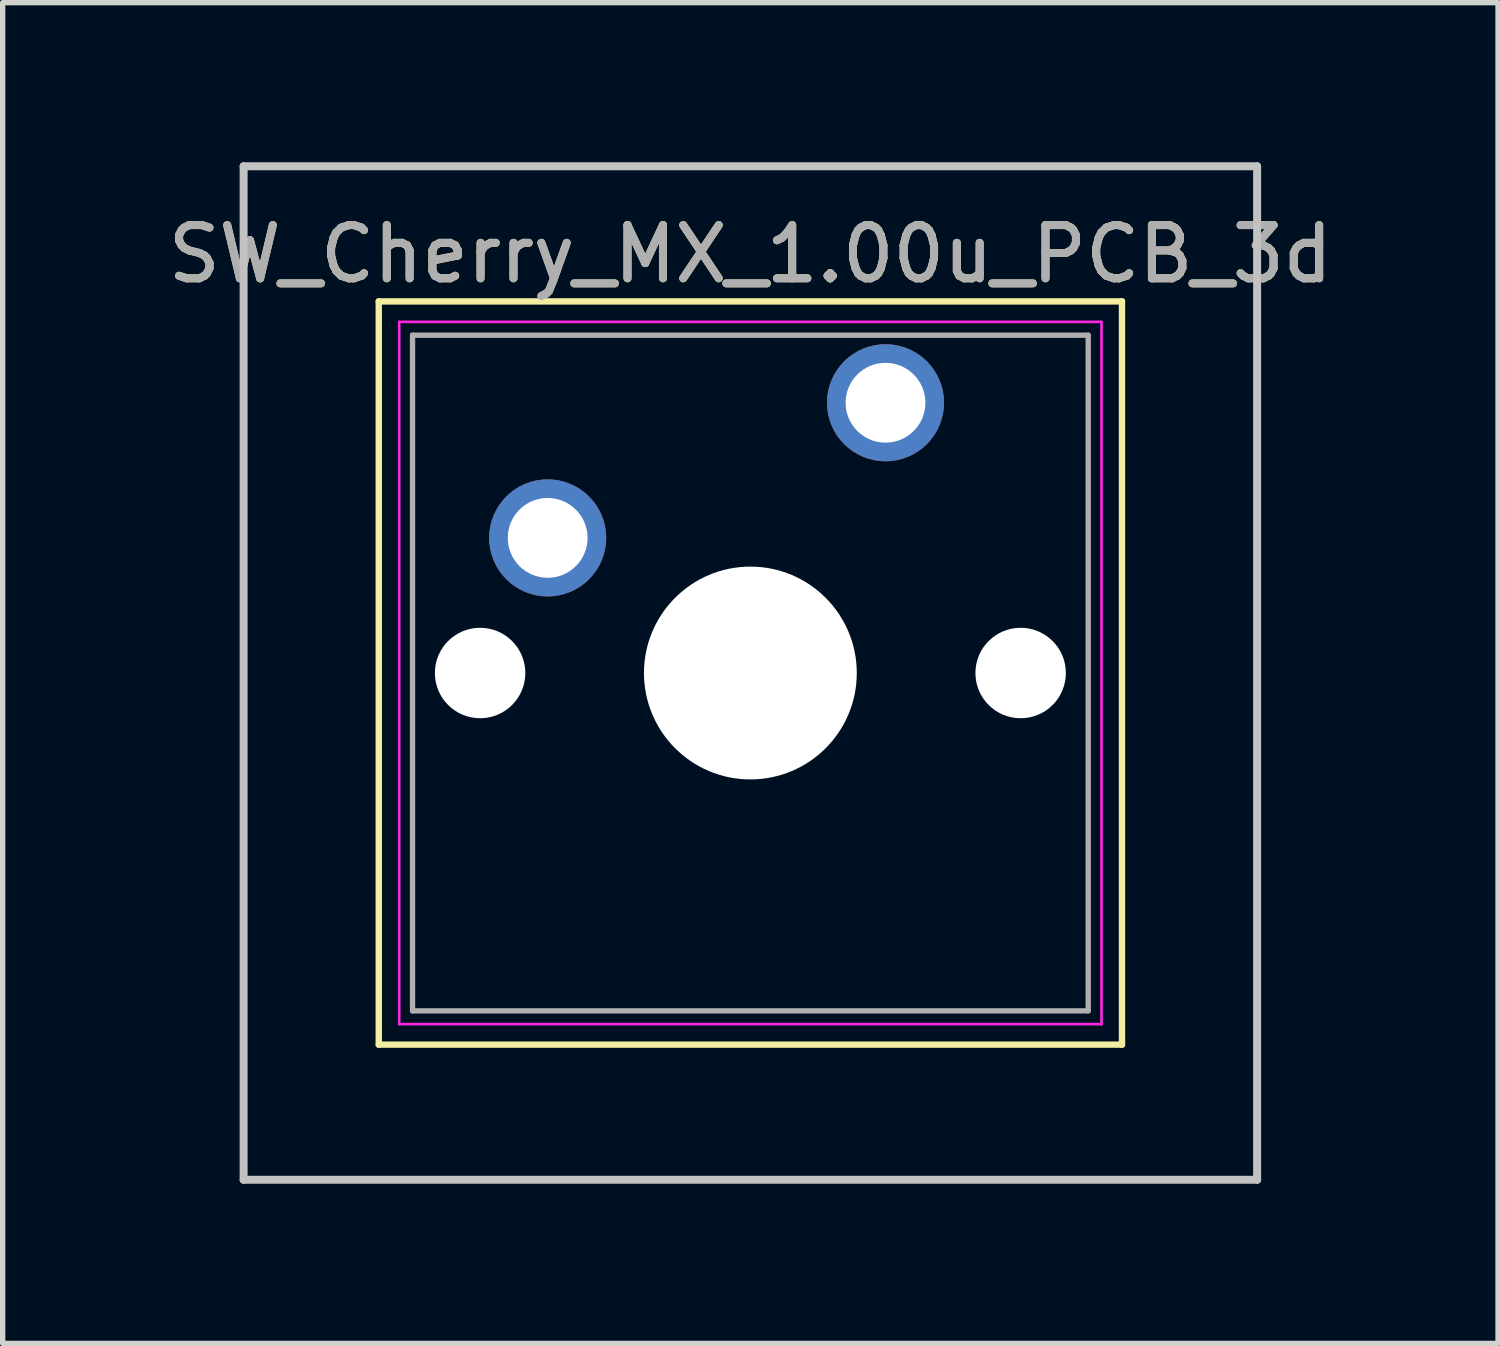
<source format=kicad_pcb>
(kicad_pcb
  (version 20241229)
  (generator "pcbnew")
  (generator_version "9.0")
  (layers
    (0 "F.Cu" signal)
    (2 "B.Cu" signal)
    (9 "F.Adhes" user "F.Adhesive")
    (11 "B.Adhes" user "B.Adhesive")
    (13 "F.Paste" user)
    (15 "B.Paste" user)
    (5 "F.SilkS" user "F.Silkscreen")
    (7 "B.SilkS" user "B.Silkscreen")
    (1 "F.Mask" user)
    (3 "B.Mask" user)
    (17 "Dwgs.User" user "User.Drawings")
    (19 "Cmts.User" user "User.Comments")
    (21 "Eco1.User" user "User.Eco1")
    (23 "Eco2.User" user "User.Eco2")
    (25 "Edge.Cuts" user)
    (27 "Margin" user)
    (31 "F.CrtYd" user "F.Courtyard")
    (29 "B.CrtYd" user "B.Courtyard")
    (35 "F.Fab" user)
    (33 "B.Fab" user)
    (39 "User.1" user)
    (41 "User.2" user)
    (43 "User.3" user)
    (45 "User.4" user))
  (footprint "SW_Cherry_MX_1.00u_PCB_3d"
    (layer "F.Cu")
    (at 13.594 4.52)
    (property "Reference" "SW_Cherry_MX_1.00u_PCB_3d" (at -2.54 -2.794 0) (layer "F.SilkS") (effects (font (size 1 1) (thickness 0.15))))
    (attr through_hole)
    (fp_line (start -9.525 -1.905) (end 4.445 -1.905) (stroke (width 0.12) (type solid)) (layer "F.SilkS"))
    (fp_line (start -9.525 12.065) (end -9.525 -1.905) (stroke (width 0.12) (type solid)) (layer "F.SilkS"))
    (fp_line (start 4.445 -1.905) (end 4.445 12.065) (stroke (width 0.12) (type solid)) (layer "F.SilkS"))
    (fp_line (start 4.445 12.065) (end -9.525 12.065) (stroke (width 0.12) (type solid)) (layer "F.SilkS"))
    (fp_line (start -12.065 -4.445) (end 6.985 -4.445) (stroke (width 0.15) (type solid)) (layer "Dwgs.User"))
    (fp_line (start -12.065 14.605) (end -12.065 -4.445) (stroke (width 0.15) (type solid)) (layer "Dwgs.User"))
    (fp_line (start 6.985 -4.445) (end 6.985 14.605) (stroke (width 0.15) (type solid)) (layer "Dwgs.User"))
    (fp_line (start 6.985 14.605) (end -12.065 14.605) (stroke (width 0.15) (type solid)) (layer "Dwgs.User"))
    (fp_line (start -9.14 -1.52) (end 4.06 -1.52) (stroke (width 0.05) (type solid)) (layer "F.CrtYd"))
    (fp_line (start -9.14 11.68) (end -9.14 -1.52) (stroke (width 0.05) (type solid)) (layer "F.CrtYd"))
    (fp_line (start 4.06 -1.52) (end 4.06 11.68) (stroke (width 0.05) (type solid)) (layer "F.CrtYd"))
    (fp_line (start 4.06 11.68) (end -9.14 11.68) (stroke (width 0.05) (type solid)) (layer "F.CrtYd"))
    (fp_line (start -8.89 -1.27) (end 3.81 -1.27) (stroke (width 0.1) (type solid)) (layer "F.Fab"))
    (fp_line (start -8.89 11.43) (end -8.89 -1.27) (stroke (width 0.1) (type solid)) (layer "F.Fab"))
    (fp_line (start 3.81 -1.27) (end 3.81 11.43) (stroke (width 0.1) (type solid)) (layer "F.Fab"))
    (fp_line (start 3.81 11.43) (end -8.89 11.43) (stroke (width 0.1) (type solid)) (layer "F.Fab"))
    (fp_text user "${REFERENCE}" (at -2.54 -2.794 0) (layer "F.Fab") (effects (font (size 1 1) (thickness 0.15))))
    (pad "" np_thru_hole circle (at -7.62 5.08) (size 1.7 1.7) (drill 1.7) (layers "*.Cu" "*.Mask"))
    (pad "" np_thru_hole circle (at -2.54 5.08) (size 4 4) (drill 4) (layers "*.Cu" "*.Mask"))
    (pad "" np_thru_hole circle (at 2.54 5.08) (size 1.7 1.7) (drill 1.7) (layers "*.Cu" "*.Mask"))
    (pad "1" thru_hole circle (at 0 0) (size 2.2 2.2) (drill 1.5) (layers "*.Cu" "*.Mask"))
    (pad "2" thru_hole circle (at -6.35 2.54) (size 2.2 2.2) (drill 1.5) (layers "*.Cu" "*.Mask")))
  (gr_rect
    (start -3 -3)
    (end 25.107 22.2)
    (stroke (width 0.1) (type default))
    (fill no)
    (layer "Edge.Cuts")))
</source>
